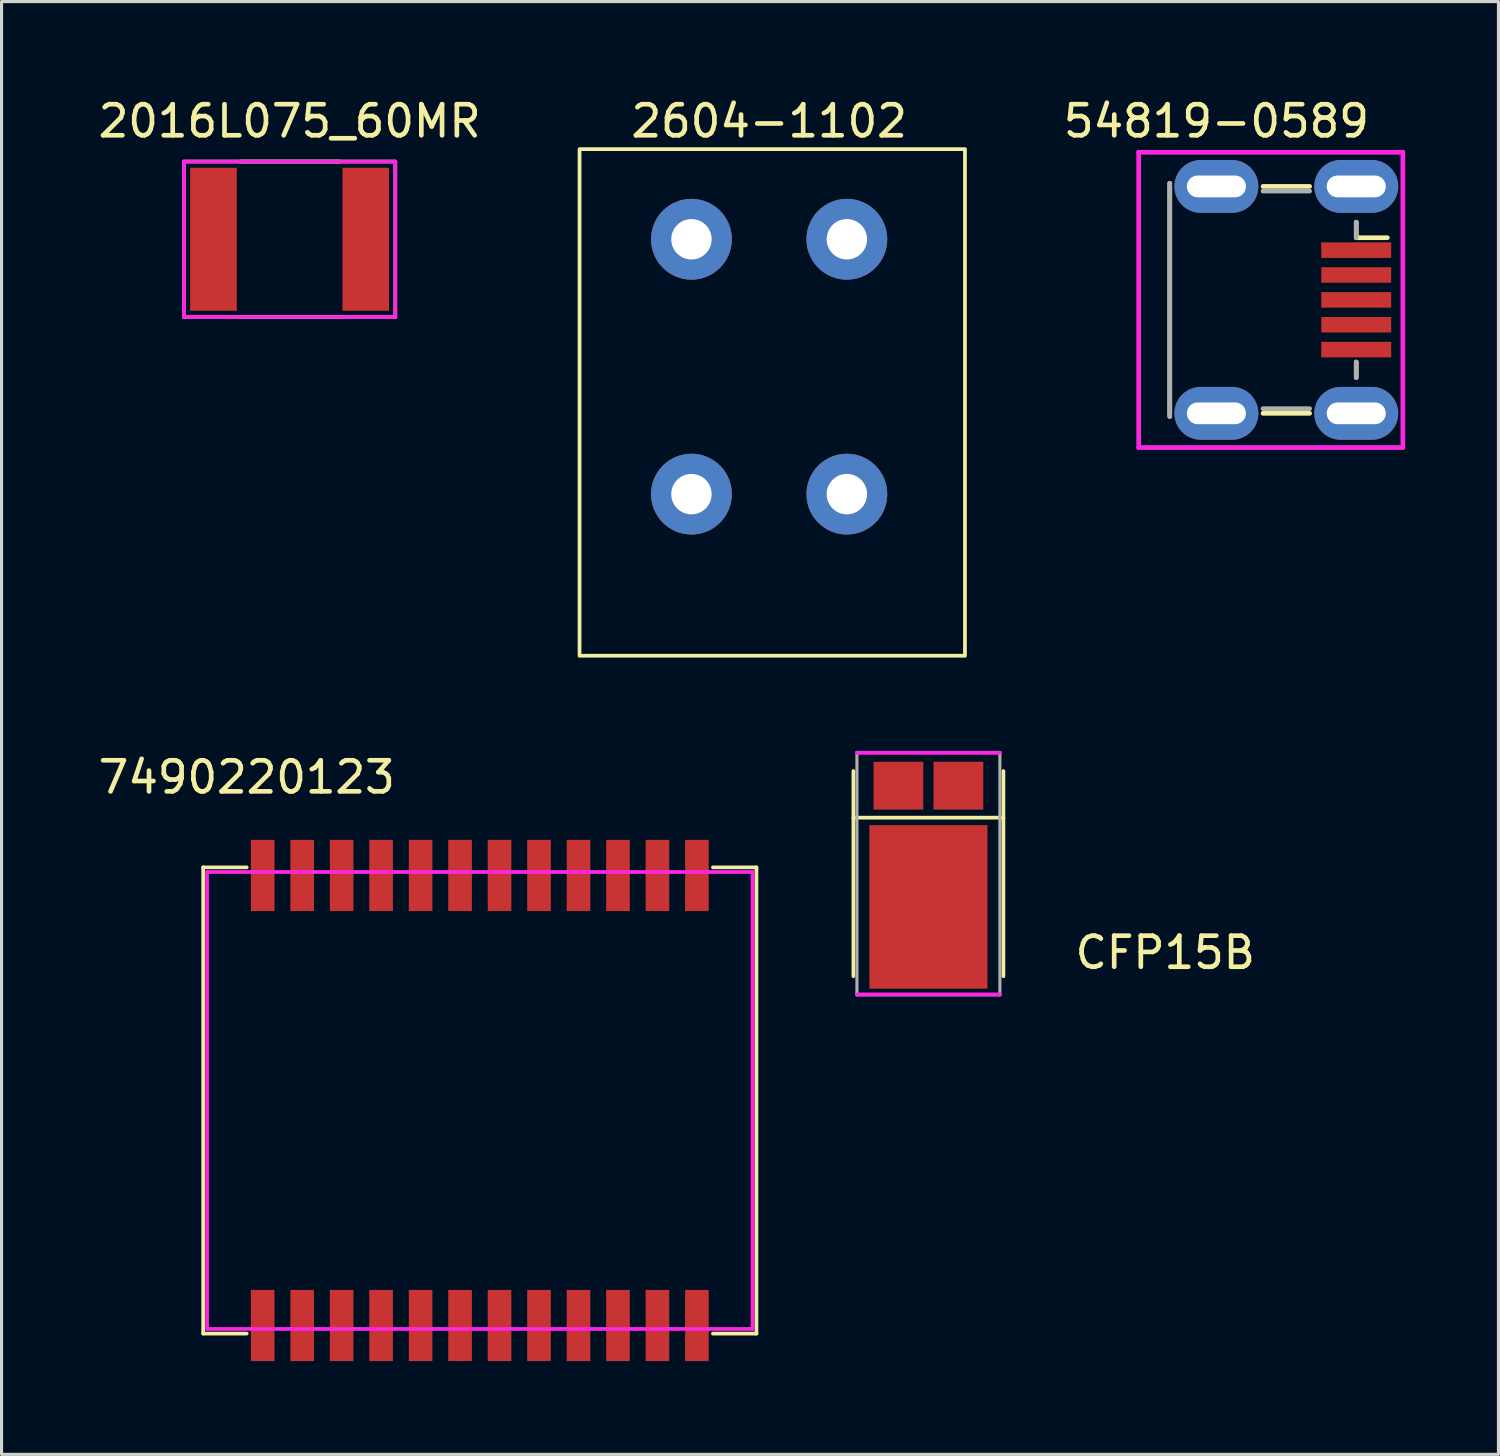
<source format=kicad_pcb>
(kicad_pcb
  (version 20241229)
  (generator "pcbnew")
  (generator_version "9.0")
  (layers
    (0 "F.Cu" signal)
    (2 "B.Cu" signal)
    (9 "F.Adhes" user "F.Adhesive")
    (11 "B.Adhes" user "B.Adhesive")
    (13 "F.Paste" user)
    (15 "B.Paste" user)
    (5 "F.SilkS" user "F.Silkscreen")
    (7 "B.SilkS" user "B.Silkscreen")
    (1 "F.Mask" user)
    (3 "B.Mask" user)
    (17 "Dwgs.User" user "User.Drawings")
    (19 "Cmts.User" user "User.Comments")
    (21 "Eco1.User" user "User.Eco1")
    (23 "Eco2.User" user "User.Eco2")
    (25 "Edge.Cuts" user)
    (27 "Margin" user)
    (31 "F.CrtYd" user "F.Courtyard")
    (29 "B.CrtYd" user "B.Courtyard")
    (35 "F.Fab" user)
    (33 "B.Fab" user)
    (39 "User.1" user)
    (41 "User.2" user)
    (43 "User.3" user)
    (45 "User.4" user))
  (footprint "7490220123"
    (layer "F.Cu")
    (at 12.387 32.356)
    (property "Reference" "7490220123" (at -7.5 -10.4 0) (unlocked yes) (layer "F.SilkS") (effects (font (size 1 1) (thickness 0.15))))
    (attr smd)
    (fp_line (start -8.9 -7.5) (end -7.5 -7.5) (stroke (width 0.12) (type solid)) (layer "F.SilkS"))
    (fp_line (start -8.9 7.5) (end -8.9 -7.5) (stroke (width 0.12) (type solid)) (layer "F.SilkS"))
    (fp_line (start -7.5 7.5) (end -8.9 7.5) (stroke (width 0.12) (type solid)) (layer "F.SilkS"))
    (fp_line (start 7.5 -7.5) (end 8.9 -7.5) (stroke (width 0.12) (type solid)) (layer "F.SilkS"))
    (fp_line (start 8.9 -7.5) (end 8.9 7.5) (stroke (width 0.12) (type solid)) (layer "F.SilkS"))
    (fp_line (start 8.9 7.5) (end 7.5 7.5) (stroke (width 0.12) (type solid)) (layer "F.SilkS"))
    (fp_line (start -8.775 -7.35) (end -8.775 7.35) (stroke (width 0.12) (type solid)) (layer "F.CrtYd"))
    (fp_line (start -8.775 7.35) (end 8.775 7.35) (stroke (width 0.12) (type solid)) (layer "F.CrtYd"))
    (fp_line (start 8.775 -7.35) (end -8.775 -7.35) (stroke (width 0.12) (type solid)) (layer "F.CrtYd"))
    (fp_line (start 8.775 7.35) (end 8.775 -7.35) (stroke (width 0.12) (type solid)) (layer "F.CrtYd"))
    (pad "1" smd rect (at -6.985 7.24) (size 0.76 2.29) (layers "F.Cu" "F.Mask" "F.Paste"))
    (pad "2" smd rect (at -5.715 7.24) (size 0.76 2.29) (layers "F.Cu" "F.Mask" "F.Paste"))
    (pad "3" smd rect (at -4.445 7.24) (size 0.76 2.29) (layers "F.Cu" "F.Mask" "F.Paste"))
    (pad "4" smd rect (at -3.175 7.24) (size 0.76 2.29) (layers "F.Cu" "F.Mask" "F.Paste"))
    (pad "5" smd rect (at -1.905 7.24) (size 0.76 2.29) (layers "F.Cu" "F.Mask" "F.Paste"))
    (pad "6" smd rect (at -0.635 7.24) (size 0.76 2.29) (layers "F.Cu" "F.Mask" "F.Paste"))
    (pad "7" smd rect (at 0.635 7.24) (size 0.76 2.29) (layers "F.Cu" "F.Mask" "F.Paste"))
    (pad "8" smd rect (at 1.905 7.24) (size 0.76 2.29) (layers "F.Cu" "F.Mask" "F.Paste"))
    (pad "9" smd rect (at 3.175 7.24) (size 0.76 2.29) (layers "F.Cu" "F.Mask" "F.Paste"))
    (pad "10" smd rect (at 4.445 7.24) (size 0.76 2.29) (layers "F.Cu" "F.Mask" "F.Paste"))
    (pad "11" smd rect (at 5.715 7.24) (size 0.76 2.29) (layers "F.Cu" "F.Mask" "F.Paste"))
    (pad "12" smd rect (at 6.985 7.24) (size 0.76 2.29) (layers "F.Cu" "F.Mask" "F.Paste"))
    (pad "13" smd rect (at 6.985 -7.24) (size 0.76 2.29) (layers "F.Cu" "F.Mask" "F.Paste"))
    (pad "14" smd rect (at 5.715 -7.24) (size 0.76 2.29) (layers "F.Cu" "F.Mask" "F.Paste"))
    (pad "15" smd rect (at 4.445 -7.24) (size 0.76 2.29) (layers "F.Cu" "F.Mask" "F.Paste"))
    (pad "16" smd rect (at 3.175 -7.24) (size 0.76 2.29) (layers "F.Cu" "F.Mask" "F.Paste"))
    (pad "17" smd rect (at 1.905 -7.24) (size 0.76 2.29) (layers "F.Cu" "F.Mask" "F.Paste"))
    (pad "18" smd rect (at 0.635 -7.24) (size 0.76 2.29) (layers "F.Cu" "F.Mask" "F.Paste"))
    (pad "19" smd rect (at -0.635 -7.24) (size 0.76 2.29) (layers "F.Cu" "F.Mask" "F.Paste"))
    (pad "20" smd rect (at -1.905 -7.24) (size 0.76 2.29) (layers "F.Cu" "F.Mask" "F.Paste"))
    (pad "21" smd rect (at -3.175 -7.24) (size 0.76 2.29) (layers "F.Cu" "F.Mask" "F.Paste"))
    (pad "22" smd rect (at -4.445 -7.24) (size 0.76 2.29) (layers "F.Cu" "F.Mask" "F.Paste"))
    (pad "23" smd rect (at -5.715 -7.24) (size 0.76 2.29) (layers "F.Cu" "F.Mask" "F.Paste"))
    (pad "24" smd rect (at -6.985 -7.24) (size 0.76 2.29) (layers "F.Cu" "F.Mask" "F.Paste")))
  (footprint "2604-1102"
    (layer "F.Cu")
    (at 21.696 8.748)
    (property "Reference" "2604-1102" (at 0 -7.9 0) (unlocked yes) (layer "F.SilkS") (effects (font (size 1 1) (thickness 0.15))))
    (attr through_hole)
    (fp_rect (start -6.1 -7) (end 6.3 9.3) (stroke (width 0.12) (type default)) (fill no) (layer "F.SilkS"))
    (pad "1" thru_hole circle (at -2.5 -4.1) (size 2.6 2.6) (drill 1.3) (layers "*.Cu" "*.Mask"))
    (pad "1" thru_hole circle (at -2.5 4.1) (size 2.6 2.6) (drill 1.3) (layers "*.Cu" "*.Mask"))
    (pad "2" thru_hole circle (at 2.5 -4.1) (size 2.6 2.6) (drill 1.3) (layers "*.Cu" "*.Mask"))
    (pad "2" thru_hole circle (at 2.5 4.1) (size 2.6 2.6) (drill 1.3) (layers "*.Cu" "*.Mask")))
  (footprint "2016L075_60MR"
    (layer "F.Cu")
    (at 6.268 4.648)
    (property "Reference" "2016L075_60MR" (at 0 -3.8 0) (layer "F.SilkS") (effects (font (size 1 1) (thickness 0.15))))
    (attr through_hole)
    (fp_line (start -1.6 -2.5) (end 1.6 -2.5) (stroke (width 0.12) (type solid)) (layer "F.SilkS"))
    (fp_line (start -1.6 2.5) (end 1.6 2.5) (stroke (width 0.12) (type solid)) (layer "F.SilkS"))
    (fp_line (start -3.4 -2.5) (end -3.4 2.5) (stroke (width 0.12) (type solid)) (layer "F.CrtYd"))
    (fp_line (start -3.4 2.5) (end 3.4 2.5) (stroke (width 0.12) (type solid)) (layer "F.CrtYd"))
    (fp_line (start 3.4 -2.5) (end -3.4 -2.5) (stroke (width 0.12) (type solid)) (layer "F.CrtYd"))
    (fp_line (start 3.4 2.5) (end 3.4 -2.5) (stroke (width 0.12) (type solid)) (layer "F.CrtYd"))
    (fp_line (start -3.4 -2.5) (end -3.4 2.5) (stroke (width 0.12) (type solid)) (layer "F.Fab"))
    (fp_line (start -3.4 2.5) (end 3.4 2.5) (stroke (width 0.12) (type solid)) (layer "F.Fab"))
    (fp_line (start 3.4 -2.5) (end -3.4 -2.5) (stroke (width 0.12) (type solid)) (layer "F.Fab"))
    (fp_line (start 3.4 2.5) (end 3.4 -2.5) (stroke (width 0.12) (type solid)) (layer "F.Fab"))
    (pad "1" smd rect (at -2.45 0) (size 1.5 4.6) (layers "F.Cu" "F.Mask" "F.Paste"))
    (pad "2" smd rect (at 2.45 0) (size 1.5 4.6) (layers "F.Cu" "F.Mask" "F.Paste")))
  (footprint "CFP15B"
    (layer "F.Cu")
    (at 26.82 25.058)
    (property "Reference" "CFP15B" (at 7.62 2.54 0) (layer "F.SilkS") (effects (font (size 1 1) (thickness 0.15))))
    (attr through_hole)
    (fp_line (start -2.413 -3.3) (end -2.413 3.3) (stroke (width 0.12) (type solid)) (layer "F.SilkS"))
    (fp_line (start -2.413 -1.8) (end 2.413 -1.8) (stroke (width 0.12) (type solid)) (layer "F.SilkS"))
    (fp_line (start 2.413 3.3) (end 2.413 -3.3) (stroke (width 0.12) (type solid)) (layer "F.SilkS"))
    (fp_line (start -2.3 3.885) (end -2.3 -3.885) (stroke (width 0.12) (type solid)) (layer "Margin"))
    (fp_line (start 2.3 -3.885) (end 2.3 3.885) (stroke (width 0.12) (type solid)) (layer "Margin"))
    (fp_line (start -2.3 3.885) (end 2.3 3.885) (stroke (width 0.12) (type solid)) (layer "F.CrtYd"))
    (fp_line (start 2.3 -3.885) (end -2.3 -3.885) (stroke (width 0.12) (type solid)) (layer "F.CrtYd"))
    (fp_line (start -2.3 -3.9) (end -2.3 3.9) (stroke (width 0.1) (type solid)) (layer "F.Fab"))
    (fp_line (start -2.3 3.9) (end 2.3 3.9) (stroke (width 0.1) (type solid)) (layer "F.Fab"))
    (fp_line (start 2.3 -3.9) (end -2.3 -3.9) (stroke (width 0.1) (type solid)) (layer "F.Fab"))
    (fp_line (start 2.3 3.9) (end 2.3 -3.9) (stroke (width 0.1) (type solid)) (layer "F.Fab"))
    (pad "" smd rect (at -0.85 -0.105) (size 1.3 1.93) (layers "F.Paste"))
    (pad "" smd rect (at -0.85 2.225) (size 1.3 1.93) (layers "F.Paste"))
    (pad "" smd rect (at 0.85 -0.105) (size 1.3 1.93) (layers "F.Paste"))
    (pad "" smd rect (at 0.85 2.225) (size 1.3 1.93) (layers "F.Paste"))
    (pad "1" smd rect (at 0 1.07) (size 3.8 5.26) (layers "F.Cu" "F.Mask"))
    (pad "2" smd rect (at -0.965 -2.83) (size 1.6 1.54) (layers "F.Cu" "F.Mask" "F.Paste"))
    (pad "2" smd rect (at 0.965 -2.83) (size 1.6 1.54) (layers "F.Cu" "F.Mask" "F.Paste")))
  (footprint "54819-0589"
    (layer "F.Cu")
    (at 36.085 6.598)
    (property "Reference" "54819-0589" (at 0 -5.75 0) (layer "F.SilkS") (effects (font (size 1 1) (thickness 0.15))))
    (attr through_hole)
    (fp_line (start -1.5 -3.75) (end -1.5 3.75) (stroke (width 0.15) (type solid)) (layer "F.SilkS"))
    (fp_line (start 1.5 -3.65) (end 3 -3.65) (stroke (width 0.15) (type solid)) (layer "F.SilkS"))
    (fp_line (start 1.5 3.65) (end 3 3.65) (stroke (width 0.15) (type solid)) (layer "F.SilkS"))
    (fp_line (start 4.5 -2.5) (end 4.5 -2) (stroke (width 0.15) (type solid)) (layer "F.SilkS"))
    (fp_line (start 4.5 -2) (end 5.5 -2) (stroke (width 0.15) (type solid)) (layer "F.SilkS"))
    (fp_line (start 4.5 2.5) (end 4.5 2) (stroke (width 0.15) (type solid)) (layer "F.SilkS"))
    (fp_line (start -2.5 -4.75) (end -2.5 4.75) (stroke (width 0.15) (type solid)) (layer "F.CrtYd"))
    (fp_line (start -2.5 4.75) (end 6 4.75) (stroke (width 0.15) (type solid)) (layer "F.CrtYd"))
    (fp_line (start 6 -4.75) (end -2.5 -4.75) (stroke (width 0.15) (type solid)) (layer "F.CrtYd"))
    (fp_line (start 6 4.75) (end 6 -4.75) (stroke (width 0.15) (type solid)) (layer "F.CrtYd"))
    (fp_line (start -1.5 3.75) (end -1.5 -3.75) (stroke (width 0.15) (type solid)) (layer "F.Fab"))
    (fp_line (start 1.5 -3.5) (end 3 -3.5) (stroke (width 0.15) (type solid)) (layer "F.Fab"))
    (fp_line (start 3 3.5) (end 1.5 3.5) (stroke (width 0.15) (type solid)) (layer "F.Fab"))
    (fp_line (start 4.5 -2.5) (end 4.5 -2) (stroke (width 0.15) (type solid)) (layer "F.Fab"))
    (fp_line (start 4.5 2.5) (end 4.5 2) (stroke (width 0.15) (type solid)) (layer "F.Fab"))
    (pad "1" smd rect (at 4.5 -1.6) (size 2.25 0.5) (layers "F.Cu" "F.Mask" "F.Paste"))
    (pad "2" smd rect (at 4.5 -0.8) (size 2.25 0.5) (layers "F.Cu" "F.Mask" "F.Paste"))
    (pad "3" smd rect (at 4.5 0) (size 2.25 0.5) (layers "F.Cu" "F.Mask" "F.Paste"))
    (pad "4" smd rect (at 4.5 0.8) (size 2.25 0.5) (layers "F.Cu" "F.Mask" "F.Paste"))
    (pad "5" smd rect (at 4.5 1.6) (size 2.25 0.5) (layers "F.Cu" "F.Mask" "F.Paste"))
    (pad "6" thru_hole oval (at 0 -3.65) (size 2.7 1.7) (drill oval 1.9 0.7) (layers "*.Cu" "*.Mask"))
    (pad "6" thru_hole oval (at 0 3.65) (size 2.7 1.7) (drill oval 1.9 0.7) (layers "*.Cu" "*.Mask"))
    (pad "6" thru_hole oval (at 4.5 -3.65) (size 2.7 1.7) (drill oval 1.9 0.7) (layers "*.Cu" "*.Mask"))
    (pad "6" thru_hole oval (at 4.5 3.65) (size 2.7 1.7) (drill oval 1.9 0.7) (layers "*.Cu" "*.Mask")))
  (gr_rect
    (start -3 -3)
    (end 45.16 43.742)
    (stroke (width 0.1) (type default))
    (fill no)
    (layer "Edge.Cuts")))
</source>
